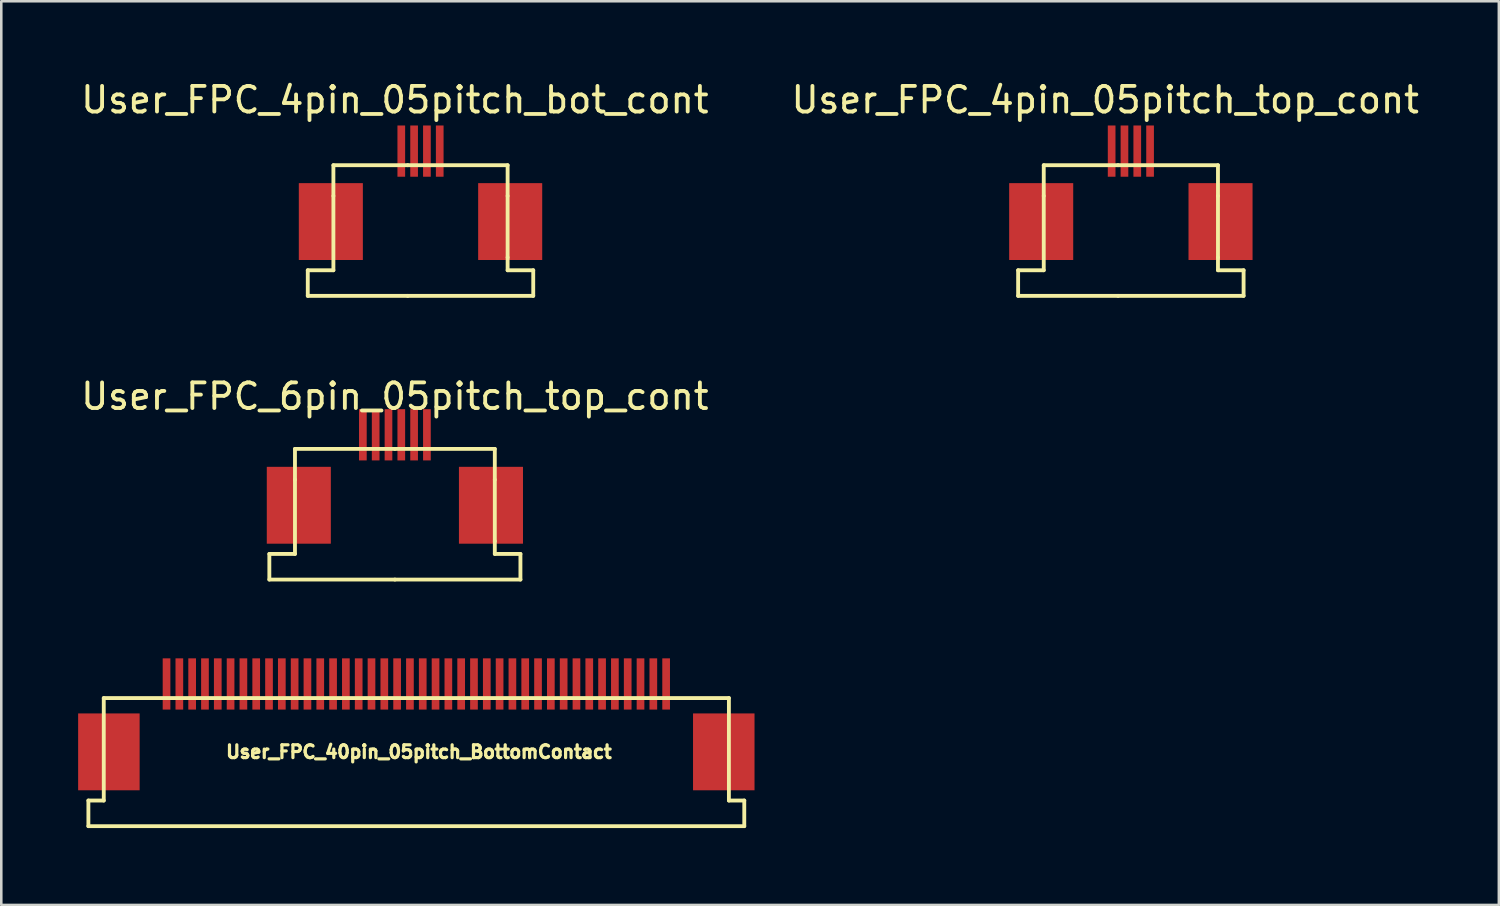
<source format=kicad_pcb>
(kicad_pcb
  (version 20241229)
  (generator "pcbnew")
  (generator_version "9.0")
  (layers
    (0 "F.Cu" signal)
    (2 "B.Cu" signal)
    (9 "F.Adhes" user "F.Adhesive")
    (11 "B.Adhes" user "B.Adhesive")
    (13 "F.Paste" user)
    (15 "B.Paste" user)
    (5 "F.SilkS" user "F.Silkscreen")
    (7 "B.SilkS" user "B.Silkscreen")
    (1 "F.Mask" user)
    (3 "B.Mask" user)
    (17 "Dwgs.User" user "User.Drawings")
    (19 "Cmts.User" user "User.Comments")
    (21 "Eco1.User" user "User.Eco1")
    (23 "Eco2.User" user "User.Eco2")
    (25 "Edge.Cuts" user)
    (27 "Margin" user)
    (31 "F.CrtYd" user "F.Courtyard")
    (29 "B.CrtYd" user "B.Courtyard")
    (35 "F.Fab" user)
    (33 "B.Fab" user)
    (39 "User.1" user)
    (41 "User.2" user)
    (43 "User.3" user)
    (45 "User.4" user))
  (footprint "User_FPC_6pin_05pitch_top_cont"
    (layer "F.Cu")
    (at 12.363 15.671)
    (property "Reference" "User_FPC_6pin_05pitch_top_cont" (at 0 -3.25 0) (layer "F.SilkS") (effects (font (size 1 1) (thickness 0.15))))
    (attr through_hole)
    (fp_line (start -4.9 2.9) (end -4.9 3.9) (stroke (width 0.15) (type solid)) (layer "F.SilkS"))
    (fp_line (start -4.9 3.9) (end 0 3.9) (stroke (width 0.15) (type solid)) (layer "F.SilkS"))
    (fp_line (start -3.9 -1.2) (end 0 -1.2) (stroke (width 0.15) (type solid)) (layer "F.SilkS"))
    (fp_line (start -3.9 0) (end -3.9 -1.2) (stroke (width 0.15) (type solid)) (layer "F.SilkS"))
    (fp_line (start -3.9 0) (end -3.9 2.9) (stroke (width 0.15) (type solid)) (layer "F.SilkS"))
    (fp_line (start -3.9 2.9) (end -4.9 2.9) (stroke (width 0.15) (type solid)) (layer "F.SilkS"))
    (fp_line (start 3.9 -1.2) (end 0 -1.2) (stroke (width 0.15) (type solid)) (layer "F.SilkS"))
    (fp_line (start 3.9 0) (end 3.9 -1.2) (stroke (width 0.15) (type solid)) (layer "F.SilkS"))
    (fp_line (start 3.9 0) (end 3.9 2.4) (stroke (width 0.15) (type solid)) (layer "F.SilkS"))
    (fp_line (start 3.9 2.4) (end 3.9 2.9) (stroke (width 0.15) (type solid)) (layer "F.SilkS"))
    (fp_line (start 3.9 2.9) (end 4.9 2.9) (stroke (width 0.15) (type solid)) (layer "F.SilkS"))
    (fp_line (start 4.9 2.9) (end 4.9 3.9) (stroke (width 0.15) (type solid)) (layer "F.SilkS"))
    (fp_line (start 4.9 3.9) (end 0 3.9) (stroke (width 0.15) (type solid)) (layer "F.SilkS"))
    (pad "1" smd rect (at 1.25 -1.75) (size 0.3 2) (layers "F.Cu" "F.Mask" "F.Paste"))
    (pad "2" smd rect (at 0.75 -1.75) (size 0.3 2) (layers "F.Cu" "F.Mask" "F.Paste"))
    (pad "3" smd rect (at 0.25 -1.75) (size 0.3 2) (layers "F.Cu" "F.Mask" "F.Paste"))
    (pad "4" smd rect (at -0.25 -1.75) (size 0.3 2) (layers "F.Cu" "F.Mask" "F.Paste"))
    (pad "5" smd rect (at -0.75 -1.75) (size 0.3 2) (layers "F.Cu" "F.Mask" "F.Paste"))
    (pad "6" smd rect (at -1.25 -1.75) (size 0.3 2) (layers "F.Cu" "F.Mask" "F.Paste"))
    (pad "gnd" smd rect (at -3.75 1) (size 2.5 3) (layers "F.Cu" "F.Mask" "F.Paste"))
    (pad "gnd1" smd rect (at 3.75 1) (size 2.5 3) (layers "F.Cu" "F.Mask" "F.Paste")))
  (footprint "User_FPC_40pin_05pitch_BottomContact"
    (layer "F.Cu")
    (at 13.2 25.396)
    (property "Reference" "User_FPC_40pin_05pitch_BottomContact" (at 0.1 0.9 0) (layer "F.SilkS") (effects (font (size 0.5 0.5) (thickness 0.125))))
    (attr through_hole)
    (fp_line (start -12.8 2.8) (end -12.2 2.8) (stroke (width 0.15) (type solid)) (layer "F.SilkS"))
    (fp_line (start -12.8 3.8) (end -12.8 2.8) (stroke (width 0.15) (type solid)) (layer "F.SilkS"))
    (fp_line (start -12.2 -1.2) (end 12.2 -1.2) (stroke (width 0.15) (type solid)) (layer "F.SilkS"))
    (fp_line (start -12.2 2.8) (end -12.2 -1.2) (stroke (width 0.15) (type solid)) (layer "F.SilkS"))
    (fp_line (start 12.2 -1.2) (end 12.2 2.8) (stroke (width 0.15) (type solid)) (layer "F.SilkS"))
    (fp_line (start 12.2 2.8) (end 12.8 2.8) (stroke (width 0.15) (type solid)) (layer "F.SilkS"))
    (fp_line (start 12.8 2.8) (end 12.8 3.8) (stroke (width 0.15) (type solid)) (layer "F.SilkS"))
    (fp_line (start 12.8 3.8) (end -12.8 3.8) (stroke (width 0.15) (type solid)) (layer "F.SilkS"))
    (pad "1" smd rect (at -9.75 -1.75 180) (size 0.3 2) (layers "F.Cu" "F.Mask" "F.Paste"))
    (pad "2" smd rect (at -9.25 -1.75 180) (size 0.3 2) (layers "F.Cu" "F.Mask" "F.Paste"))
    (pad "3" smd rect (at -8.75 -1.75 180) (size 0.3 2) (layers "F.Cu" "F.Mask" "F.Paste"))
    (pad "4" smd rect (at -8.25 -1.75 180) (size 0.3 2) (layers "F.Cu" "F.Mask" "F.Paste"))
    (pad "5" smd rect (at -7.75 -1.75 180) (size 0.3 2) (layers "F.Cu" "F.Mask" "F.Paste"))
    (pad "6" smd rect (at -7.25 -1.75 180) (size 0.3 2) (layers "F.Cu" "F.Mask" "F.Paste"))
    (pad "7" smd rect (at -6.75 -1.75 180) (size 0.3 2) (layers "F.Cu" "F.Mask" "F.Paste"))
    (pad "8" smd rect (at -6.25 -1.75 180) (size 0.3 2) (layers "F.Cu" "F.Mask" "F.Paste"))
    (pad "9" smd rect (at -5.75 -1.75 180) (size 0.3 2) (layers "F.Cu" "F.Mask" "F.Paste"))
    (pad "10" smd rect (at -5.25 -1.75 180) (size 0.3 2) (layers "F.Cu" "F.Mask" "F.Paste"))
    (pad "11" smd rect (at -4.75 -1.75 180) (size 0.3 2) (layers "F.Cu" "F.Mask" "F.Paste"))
    (pad "12" smd rect (at -4.25 -1.75 180) (size 0.3 2) (layers "F.Cu" "F.Mask" "F.Paste"))
    (pad "13" smd rect (at -3.75 -1.75 180) (size 0.3 2) (layers "F.Cu" "F.Mask" "F.Paste"))
    (pad "14" smd rect (at -3.25 -1.75 180) (size 0.3 2) (layers "F.Cu" "F.Mask" "F.Paste"))
    (pad "15" smd rect (at -2.75 -1.75 180) (size 0.3 2) (layers "F.Cu" "F.Mask" "F.Paste"))
    (pad "16" smd rect (at -2.25 -1.75 180) (size 0.3 2) (layers "F.Cu" "F.Mask" "F.Paste"))
    (pad "17" smd rect (at -1.75 -1.75 180) (size 0.3 2) (layers "F.Cu" "F.Mask" "F.Paste"))
    (pad "18" smd rect (at -1.25 -1.75 180) (size 0.3 2) (layers "F.Cu" "F.Mask" "F.Paste"))
    (pad "19" smd rect (at -0.75 -1.75 180) (size 0.3 2) (layers "F.Cu" "F.Mask" "F.Paste"))
    (pad "20" smd rect (at -0.25 -1.75 180) (size 0.3 2) (layers "F.Cu" "F.Mask" "F.Paste"))
    (pad "21" smd rect (at 0.25 -1.75 180) (size 0.3 2) (layers "F.Cu" "F.Mask" "F.Paste"))
    (pad "22" smd rect (at 0.75 -1.75 180) (size 0.3 2) (layers "F.Cu" "F.Mask" "F.Paste"))
    (pad "23" smd rect (at 1.25 -1.75 180) (size 0.3 2) (layers "F.Cu" "F.Mask" "F.Paste"))
    (pad "24" smd rect (at 1.75 -1.75 180) (size 0.3 2) (layers "F.Cu" "F.Mask" "F.Paste"))
    (pad "25" smd rect (at 2.25 -1.75 180) (size 0.3 2) (layers "F.Cu" "F.Mask" "F.Paste"))
    (pad "26" smd rect (at 2.75 -1.75 180) (size 0.3 2) (layers "F.Cu" "F.Mask" "F.Paste"))
    (pad "27" smd rect (at 3.25 -1.75 180) (size 0.3 2) (layers "F.Cu" "F.Mask" "F.Paste"))
    (pad "28" smd rect (at 3.75 -1.75 180) (size 0.3 2) (layers "F.Cu" "F.Mask" "F.Paste"))
    (pad "29" smd rect (at 4.25 -1.75 180) (size 0.3 2) (layers "F.Cu" "F.Mask" "F.Paste"))
    (pad "30" smd rect (at 4.75 -1.75 180) (size 0.3 2) (layers "F.Cu" "F.Mask" "F.Paste"))
    (pad "31" smd rect (at 5.25 -1.75 180) (size 0.3 2) (layers "F.Cu" "F.Mask" "F.Paste"))
    (pad "32" smd rect (at 5.75 -1.75 180) (size 0.3 2) (layers "F.Cu" "F.Mask" "F.Paste"))
    (pad "33" smd rect (at 6.25 -1.75 180) (size 0.3 2) (layers "F.Cu" "F.Mask" "F.Paste"))
    (pad "34" smd rect (at 6.75 -1.75 180) (size 0.3 2) (layers "F.Cu" "F.Mask" "F.Paste"))
    (pad "35" smd rect (at 7.25 -1.75 180) (size 0.3 2) (layers "F.Cu" "F.Mask" "F.Paste"))
    (pad "36" smd rect (at 7.75 -1.75 180) (size 0.3 2) (layers "F.Cu" "F.Mask" "F.Paste"))
    (pad "37" smd rect (at 8.25 -1.75 180) (size 0.3 2) (layers "F.Cu" "F.Mask" "F.Paste"))
    (pad "38" smd rect (at 8.75 -1.75 180) (size 0.3 2) (layers "F.Cu" "F.Mask" "F.Paste"))
    (pad "39" smd rect (at 9.25 -1.75 180) (size 0.3 2) (layers "F.Cu" "F.Mask" "F.Paste"))
    (pad "40" smd rect (at 9.75 -1.75 180) (size 0.3 2) (layers "F.Cu" "F.Mask" "F.Paste"))
    (pad "gnd" smd rect (at -12 0.9) (size 2.4 3) (layers "F.Cu" "F.Mask" "F.Paste"))
    (pad "gnd1" smd rect (at 12 0.9) (size 2.4 3) (layers "F.Cu" "F.Mask" "F.Paste")))
  (footprint "User_FPC_4pin_05pitch_top_cont"
    (layer "F.Cu")
    (at 41.089 4.598)
    (property "Reference" "User_FPC_4pin_05pitch_top_cont" (at -1 -3.75 0) (layer "F.SilkS") (effects (font (size 1 1) (thickness 0.15))))
    (attr through_hole)
    (fp_line (start -4.4 2.9) (end -4.4 3.9) (stroke (width 0.15) (type solid)) (layer "F.SilkS"))
    (fp_line (start -4.4 3.9) (end -0.5 3.9) (stroke (width 0.15) (type solid)) (layer "F.SilkS"))
    (fp_line (start -3.4 -1.2) (end -0.5 -1.2) (stroke (width 0.15) (type solid)) (layer "F.SilkS"))
    (fp_line (start -3.4 0) (end -3.4 -1.2) (stroke (width 0.15) (type solid)) (layer "F.SilkS"))
    (fp_line (start -3.4 0) (end -3.4 2.9) (stroke (width 0.15) (type solid)) (layer "F.SilkS"))
    (fp_line (start -3.4 2.9) (end -4.4 2.9) (stroke (width 0.15) (type solid)) (layer "F.SilkS"))
    (fp_line (start 3.4 -1.2) (end -0.5 -1.2) (stroke (width 0.15) (type solid)) (layer "F.SilkS"))
    (fp_line (start 3.4 0) (end 3.4 -1.2) (stroke (width 0.15) (type solid)) (layer "F.SilkS"))
    (fp_line (start 3.4 0) (end 3.4 2.4) (stroke (width 0.15) (type solid)) (layer "F.SilkS"))
    (fp_line (start 3.4 2.4) (end 3.4 2.9) (stroke (width 0.15) (type solid)) (layer "F.SilkS"))
    (fp_line (start 3.4 2.9) (end 4.4 2.9) (stroke (width 0.15) (type solid)) (layer "F.SilkS"))
    (fp_line (start 4.4 2.9) (end 4.4 3.9) (stroke (width 0.15) (type solid)) (layer "F.SilkS"))
    (fp_line (start 4.4 3.9) (end -0.5 3.9) (stroke (width 0.15) (type solid)) (layer "F.SilkS"))
    (pad "1" smd rect (at 0.75 -1.75) (size 0.3 2) (layers "F.Cu" "F.Mask" "F.Paste"))
    (pad "2" smd rect (at 0.25 -1.75) (size 0.3 2) (layers "F.Cu" "F.Mask" "F.Paste"))
    (pad "3" smd rect (at -0.25 -1.75) (size 0.3 2) (layers "F.Cu" "F.Mask" "F.Paste"))
    (pad "4" smd rect (at -0.75 -1.75) (size 0.3 2) (layers "F.Cu" "F.Mask" "F.Paste"))
    (pad "gnd" smd rect (at -3.5 1) (size 2.5 3) (layers "F.Cu" "F.Mask" "F.Paste"))
    (pad "gnd1" smd rect (at 3.5 1) (size 2.5 3) (layers "F.Cu" "F.Mask" "F.Paste")))
  (footprint "User_FPC_4pin_05pitch_bot_cont"
    (layer "F.Cu")
    (at 13.363 4.598)
    (property "Reference" "User_FPC_4pin_05pitch_bot_cont" (at -1 -3.75 0) (layer "F.SilkS") (effects (font (size 1 1) (thickness 0.15))))
    (attr through_hole)
    (fp_line (start -4.4 2.9) (end -4.4 3.9) (stroke (width 0.15) (type solid)) (layer "F.SilkS"))
    (fp_line (start -4.4 3.9) (end -0.5 3.9) (stroke (width 0.15) (type solid)) (layer "F.SilkS"))
    (fp_line (start -3.4 -1.2) (end -0.5 -1.2) (stroke (width 0.15) (type solid)) (layer "F.SilkS"))
    (fp_line (start -3.4 0) (end -3.4 -1.2) (stroke (width 0.15) (type solid)) (layer "F.SilkS"))
    (fp_line (start -3.4 0) (end -3.4 2.9) (stroke (width 0.15) (type solid)) (layer "F.SilkS"))
    (fp_line (start -3.4 2.9) (end -4.4 2.9) (stroke (width 0.15) (type solid)) (layer "F.SilkS"))
    (fp_line (start 3.4 -1.2) (end -0.5 -1.2) (stroke (width 0.15) (type solid)) (layer "F.SilkS"))
    (fp_line (start 3.4 0) (end 3.4 -1.2) (stroke (width 0.15) (type solid)) (layer "F.SilkS"))
    (fp_line (start 3.4 0) (end 3.4 2.4) (stroke (width 0.15) (type solid)) (layer "F.SilkS"))
    (fp_line (start 3.4 2.4) (end 3.4 2.9) (stroke (width 0.15) (type solid)) (layer "F.SilkS"))
    (fp_line (start 3.4 2.9) (end 4.4 2.9) (stroke (width 0.15) (type solid)) (layer "F.SilkS"))
    (fp_line (start 4.4 2.9) (end 4.4 3.9) (stroke (width 0.15) (type solid)) (layer "F.SilkS"))
    (fp_line (start 4.4 3.9) (end -0.5 3.9) (stroke (width 0.15) (type solid)) (layer "F.SilkS"))
    (pad "1" smd rect (at -0.75 -1.75) (size 0.3 2) (layers "F.Cu" "F.Mask" "F.Paste"))
    (pad "2" smd rect (at -0.25 -1.75) (size 0.3 2) (layers "F.Cu" "F.Mask" "F.Paste"))
    (pad "3" smd rect (at 0.25 -1.75) (size 0.3 2) (layers "F.Cu" "F.Mask" "F.Paste"))
    (pad "4" smd rect (at 0.75 -1.75) (size 0.3 2) (layers "F.Cu" "F.Mask" "F.Paste"))
    (pad "gnd" smd rect (at -3.5 1) (size 2.5 3) (layers "F.Cu" "F.Mask" "F.Paste"))
    (pad "gnd1" smd rect (at 3.5 1) (size 2.5 3) (layers "F.Cu" "F.Mask" "F.Paste")))
  (gr_rect
    (start -3 -3)
    (end 55.452 32.272)
    (stroke (width 0.1) (type default))
    (fill no)
    (layer "Edge.Cuts")))
</source>
